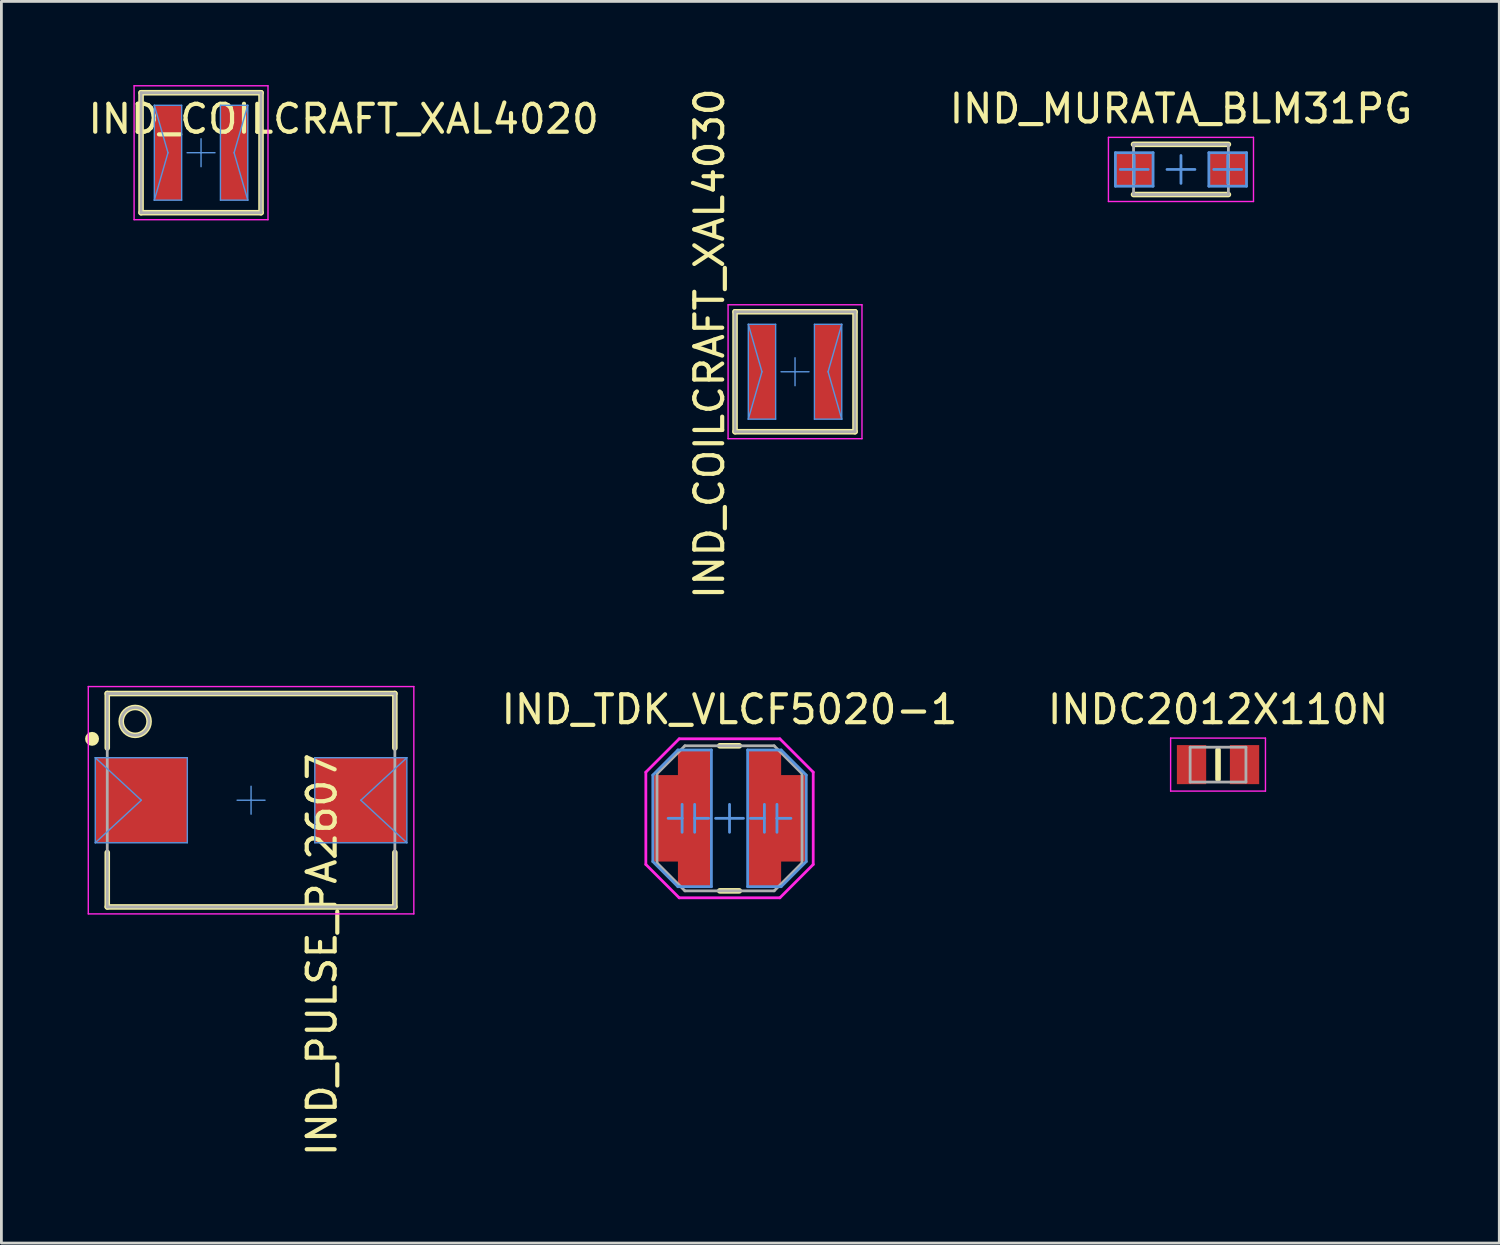
<source format=kicad_pcb>
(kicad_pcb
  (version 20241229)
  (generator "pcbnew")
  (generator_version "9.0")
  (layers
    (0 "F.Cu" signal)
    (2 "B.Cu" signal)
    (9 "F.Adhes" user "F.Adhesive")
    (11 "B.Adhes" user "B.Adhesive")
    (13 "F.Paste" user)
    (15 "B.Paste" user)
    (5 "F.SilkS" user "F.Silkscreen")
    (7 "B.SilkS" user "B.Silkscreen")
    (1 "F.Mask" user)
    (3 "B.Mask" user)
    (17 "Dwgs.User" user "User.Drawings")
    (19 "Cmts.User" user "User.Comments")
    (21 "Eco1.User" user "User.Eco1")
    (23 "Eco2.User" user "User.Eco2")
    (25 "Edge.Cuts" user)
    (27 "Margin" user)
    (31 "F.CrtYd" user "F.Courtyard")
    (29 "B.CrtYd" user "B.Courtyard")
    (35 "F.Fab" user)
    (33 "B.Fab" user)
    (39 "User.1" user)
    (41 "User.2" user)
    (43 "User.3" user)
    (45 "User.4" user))
  (footprint "IND_COILCRAFT_XAL4020"
    (layer "F.Cu")
    (at 4.157 2.425)
    (property "Reference" "IND_COILCRAFT_XAL4020" (at 5.111 -1.209 0) (layer "F.SilkS") (effects (font (size 1 1) (thickness 0.15))))
    (attr smd)
    (fp_line (start -2.15 -2.15) (end 2.15 -2.15) (stroke (width 0.2) (type solid)) (layer "F.SilkS"))
    (fp_line (start -2.15 2.15) (end -2.15 -2.15) (stroke (width 0.2) (type solid)) (layer "F.SilkS"))
    (fp_line (start -2.15 2.15) (end 2.15 2.15) (stroke (width 0.2) (type solid)) (layer "F.SilkS"))
    (fp_line (start 2.15 2.15) (end 2.15 -2.15) (stroke (width 0.2) (type solid)) (layer "F.SilkS"))
    (fp_line (start -1.675 -1.7) (end -1.185 0) (stroke (width 0.05) (type solid)) (layer "Cmts.User"))
    (fp_line (start -1.675 -1.7) (end -0.695 -1.7) (stroke (width 0.05) (type solid)) (layer "Cmts.User"))
    (fp_line (start -1.675 1.7) (end -1.675 -1.7) (stroke (width 0.05) (type solid)) (layer "Cmts.User"))
    (fp_line (start -1.675 1.7) (end -1.185 0) (stroke (width 0.05) (type solid)) (layer "Cmts.User"))
    (fp_line (start -1.675 1.7) (end -0.695 1.7) (stroke (width 0.05) (type solid)) (layer "Cmts.User"))
    (fp_line (start -0.695 1.7) (end -0.695 -1.7) (stroke (width 0.05) (type solid)) (layer "Cmts.User"))
    (fp_line (start -0.5 0) (end 0 0) (stroke (width 0.05) (type solid)) (layer "Cmts.User"))
    (fp_line (start 0 0) (end 0 -0.5) (stroke (width 0.05) (type solid)) (layer "Cmts.User"))
    (fp_line (start 0 0) (end 0.5 0) (stroke (width 0.05) (type solid)) (layer "Cmts.User"))
    (fp_line (start 0 0.5) (end 0 0) (stroke (width 0.05) (type solid)) (layer "Cmts.User"))
    (fp_line (start 0.695 -1.7) (end 1.675 -1.7) (stroke (width 0.05) (type solid)) (layer "Cmts.User"))
    (fp_line (start 0.695 1.7) (end 0.695 -1.7) (stroke (width 0.05) (type solid)) (layer "Cmts.User"))
    (fp_line (start 0.695 1.7) (end 1.675 1.7) (stroke (width 0.05) (type solid)) (layer "Cmts.User"))
    (fp_line (start 1.185 0) (end 1.675 -1.7) (stroke (width 0.05) (type solid)) (layer "Cmts.User"))
    (fp_line (start 1.185 0) (end 1.675 1.7) (stroke (width 0.05) (type solid)) (layer "Cmts.User"))
    (fp_line (start 1.675 1.7) (end 1.675 -1.7) (stroke (width 0.05) (type solid)) (layer "Cmts.User"))
    (fp_line (start -2.4 -2.4) (end 2.4 -2.4) (stroke (width 0.05) (type solid)) (layer "F.CrtYd"))
    (fp_line (start -2.4 2.4) (end -2.4 -2.4) (stroke (width 0.05) (type solid)) (layer "F.CrtYd"))
    (fp_line (start -2.4 2.4) (end 2.4 2.4) (stroke (width 0.05) (type solid)) (layer "F.CrtYd"))
    (fp_line (start 2.4 2.4) (end 2.4 -2.4) (stroke (width 0.05) (type solid)) (layer "F.CrtYd"))
    (fp_line (start -2.15 -2.15) (end 2.15 -2.15) (stroke (width 0.1) (type solid)) (layer "F.Fab"))
    (fp_line (start -2.15 2.15) (end -2.15 -2.15) (stroke (width 0.1) (type solid)) (layer "F.Fab"))
    (fp_line (start -2.15 2.15) (end 2.15 2.15) (stroke (width 0.1) (type solid)) (layer "F.Fab"))
    (fp_line (start 2.15 2.15) (end 2.15 -2.15) (stroke (width 0.1) (type solid)) (layer "F.Fab"))
    (pad "1" smd rect (at -1.185 0) (size 0.98 3.4) (layers "F.Cu" "F.Mask" "F.Paste"))
    (pad "2" smd rect (at 1.185 0) (size 0.98 3.4) (layers "F.Cu" "F.Mask" "F.Paste")))
  (footprint "IND_PULSE_PA2607"
    (layer "F.Cu")
    (at 5.95 25.636)
    (property "Reference" "IND_PULSE_PA2607" (at 2.541 5.536 270) (layer "F.SilkS") (effects (font (size 1 1) (thickness 0.15))))
    (attr smd)
    (fp_line (start -5.155 -3.825) (end 5.155 -3.825) (stroke (width 0.2) (type solid)) (layer "F.SilkS"))
    (fp_line (start -5.155 -1.875) (end -5.155 -3.825) (stroke (width 0.2) (type solid)) (layer "F.SilkS"))
    (fp_line (start -5.155 3.825) (end -5.155 1.875) (stroke (width 0.2) (type solid)) (layer "F.SilkS"))
    (fp_line (start -5.155 3.825) (end 5.155 3.825) (stroke (width 0.2) (type solid)) (layer "F.SilkS"))
    (fp_line (start 5.155 -1.875) (end 5.155 -3.825) (stroke (width 0.2) (type solid)) (layer "F.SilkS"))
    (fp_line (start 5.155 3.825) (end 5.155 1.875) (stroke (width 0.2) (type solid)) (layer "F.SilkS"))
    (fp_circle (center -5.7 -2.2) (end -5.575 -2.2) (stroke (width 0.25) (type solid)) (fill no) (layer "F.SilkS"))
    (fp_circle (center -4.155 -2.825) (end -3.655 -2.825) (stroke (width 0.2) (type solid)) (fill no) (layer "F.SilkS"))
    (fp_line (start -5.585 -1.525) (end -3.935 0) (stroke (width 0.05) (type solid)) (layer "Cmts.User"))
    (fp_line (start -5.585 -1.525) (end -2.285 -1.525) (stroke (width 0.05) (type solid)) (layer "Cmts.User"))
    (fp_line (start -5.585 1.525) (end -5.585 -1.525) (stroke (width 0.05) (type solid)) (layer "Cmts.User"))
    (fp_line (start -5.585 1.525) (end -3.935 0) (stroke (width 0.05) (type solid)) (layer "Cmts.User"))
    (fp_line (start -5.585 1.525) (end -2.285 1.525) (stroke (width 0.05) (type solid)) (layer "Cmts.User"))
    (fp_line (start -2.285 1.525) (end -2.285 -1.525) (stroke (width 0.05) (type solid)) (layer "Cmts.User"))
    (fp_line (start -0.5 0) (end 0 0) (stroke (width 0.05) (type solid)) (layer "Cmts.User"))
    (fp_line (start 0 0) (end 0 -0.5) (stroke (width 0.05) (type solid)) (layer "Cmts.User"))
    (fp_line (start 0 0) (end 0.5 0) (stroke (width 0.05) (type solid)) (layer "Cmts.User"))
    (fp_line (start 0 0.5) (end 0 0) (stroke (width 0.05) (type solid)) (layer "Cmts.User"))
    (fp_line (start 2.285 -1.525) (end 5.585 -1.525) (stroke (width 0.05) (type solid)) (layer "Cmts.User"))
    (fp_line (start 2.285 1.525) (end 2.285 -1.525) (stroke (width 0.05) (type solid)) (layer "Cmts.User"))
    (fp_line (start 2.285 1.525) (end 5.585 1.525) (stroke (width 0.05) (type solid)) (layer "Cmts.User"))
    (fp_line (start 3.935 0) (end 5.585 -1.525) (stroke (width 0.05) (type solid)) (layer "Cmts.User"))
    (fp_line (start 3.935 0) (end 5.585 1.525) (stroke (width 0.05) (type solid)) (layer "Cmts.User"))
    (fp_line (start 5.585 1.525) (end 5.585 -1.525) (stroke (width 0.05) (type solid)) (layer "Cmts.User"))
    (fp_line (start -5.835 -4.075) (end 5.835 -4.075) (stroke (width 0.05) (type solid)) (layer "F.CrtYd"))
    (fp_line (start -5.835 4.075) (end -5.835 -4.075) (stroke (width 0.05) (type solid)) (layer "F.CrtYd"))
    (fp_line (start -5.835 4.075) (end 5.835 4.075) (stroke (width 0.05) (type solid)) (layer "F.CrtYd"))
    (fp_line (start 5.835 4.075) (end 5.835 -4.075) (stroke (width 0.05) (type solid)) (layer "F.CrtYd"))
    (fp_line (start -5.155 -3.825) (end 5.155 -3.825) (stroke (width 0.1) (type solid)) (layer "F.Fab"))
    (fp_line (start -5.155 3.825) (end -5.155 -3.825) (stroke (width 0.1) (type solid)) (layer "F.Fab"))
    (fp_line (start -5.155 3.825) (end 5.155 3.825) (stroke (width 0.1) (type solid)) (layer "F.Fab"))
    (fp_line (start 5.155 3.825) (end 5.155 -3.825) (stroke (width 0.1) (type solid)) (layer "F.Fab"))
    (fp_circle (center -4.155 -2.825) (end -3.655 -2.825) (stroke (width 0.1) (type solid)) (fill no) (layer "F.Fab"))
    (pad "1" smd rect (at -3.935 0) (size 3.3 3.05) (layers "F.Cu" "F.Mask" "F.Paste"))
    (pad "2" smd rect (at 3.935 0) (size 3.3 3.05) (layers "F.Cu" "F.Mask" "F.Paste")))
  (footprint "IND_COILCRAFT_XAL4030"
    (layer "F.Cu")
    (at 25.45 10.276)
    (property "Reference" "IND_COILCRAFT_XAL4030" (at -3.066 -1.008 270) (layer "F.SilkS") (effects (font (size 1 1) (thickness 0.15))))
    (attr smd)
    (fp_line (start -2.15 -2.15) (end 2.15 -2.15) (stroke (width 0.2) (type solid)) (layer "F.SilkS"))
    (fp_line (start -2.15 2.15) (end -2.15 -2.15) (stroke (width 0.2) (type solid)) (layer "F.SilkS"))
    (fp_line (start -2.15 2.15) (end 2.15 2.15) (stroke (width 0.2) (type solid)) (layer "F.SilkS"))
    (fp_line (start 2.15 2.15) (end 2.15 -2.15) (stroke (width 0.2) (type solid)) (layer "F.SilkS"))
    (fp_line (start -1.675 -1.7) (end -1.185 0) (stroke (width 0.05) (type solid)) (layer "Cmts.User"))
    (fp_line (start -1.675 -1.7) (end -0.695 -1.7) (stroke (width 0.05) (type solid)) (layer "Cmts.User"))
    (fp_line (start -1.675 1.7) (end -1.675 -1.7) (stroke (width 0.05) (type solid)) (layer "Cmts.User"))
    (fp_line (start -1.675 1.7) (end -1.185 0) (stroke (width 0.05) (type solid)) (layer "Cmts.User"))
    (fp_line (start -1.675 1.7) (end -0.695 1.7) (stroke (width 0.05) (type solid)) (layer "Cmts.User"))
    (fp_line (start -0.695 1.7) (end -0.695 -1.7) (stroke (width 0.05) (type solid)) (layer "Cmts.User"))
    (fp_line (start -0.5 0) (end 0 0) (stroke (width 0.05) (type solid)) (layer "Cmts.User"))
    (fp_line (start 0 0) (end 0 -0.5) (stroke (width 0.05) (type solid)) (layer "Cmts.User"))
    (fp_line (start 0 0) (end 0.5 0) (stroke (width 0.05) (type solid)) (layer "Cmts.User"))
    (fp_line (start 0 0.5) (end 0 0) (stroke (width 0.05) (type solid)) (layer "Cmts.User"))
    (fp_line (start 0.695 -1.7) (end 1.675 -1.7) (stroke (width 0.05) (type solid)) (layer "Cmts.User"))
    (fp_line (start 0.695 1.7) (end 0.695 -1.7) (stroke (width 0.05) (type solid)) (layer "Cmts.User"))
    (fp_line (start 0.695 1.7) (end 1.675 1.7) (stroke (width 0.05) (type solid)) (layer "Cmts.User"))
    (fp_line (start 1.185 0) (end 1.675 -1.7) (stroke (width 0.05) (type solid)) (layer "Cmts.User"))
    (fp_line (start 1.185 0) (end 1.675 1.7) (stroke (width 0.05) (type solid)) (layer "Cmts.User"))
    (fp_line (start 1.675 1.7) (end 1.675 -1.7) (stroke (width 0.05) (type solid)) (layer "Cmts.User"))
    (fp_line (start -2.4 -2.4) (end 2.4 -2.4) (stroke (width 0.05) (type solid)) (layer "F.CrtYd"))
    (fp_line (start -2.4 2.4) (end -2.4 -2.4) (stroke (width 0.05) (type solid)) (layer "F.CrtYd"))
    (fp_line (start -2.4 2.4) (end 2.4 2.4) (stroke (width 0.05) (type solid)) (layer "F.CrtYd"))
    (fp_line (start 2.4 2.4) (end 2.4 -2.4) (stroke (width 0.05) (type solid)) (layer "F.CrtYd"))
    (fp_line (start -2.15 -2.15) (end 2.15 -2.15) (stroke (width 0.1) (type solid)) (layer "F.Fab"))
    (fp_line (start -2.15 2.15) (end -2.15 -2.15) (stroke (width 0.1) (type solid)) (layer "F.Fab"))
    (fp_line (start -2.15 2.15) (end 2.15 2.15) (stroke (width 0.1) (type solid)) (layer "F.Fab"))
    (fp_line (start 2.15 2.15) (end 2.15 -2.15) (stroke (width 0.1) (type solid)) (layer "F.Fab"))
    (pad "1" smd rect (at -1.185 0) (size 0.98 3.4) (layers "F.Cu" "F.Mask" "F.Paste"))
    (pad "2" smd rect (at 1.185 0) (size 0.98 3.4) (layers "F.Cu" "F.Mask" "F.Paste")))
  (footprint "IND_TDK_VLCF5020-1"
    (layer "F.Cu")
    (at 23.102 26.285)
    (property "Reference" "IND_TDK_VLCF5020-1" (at 0 -3.901 0) (layer "F.SilkS") (effects (font (size 1 1) (thickness 0.15))))
    (attr smd)
    (fp_line (start -0.35 -2.6) (end 0.35 -2.6) (stroke (width 0.2) (type solid)) (layer "F.SilkS"))
    (fp_line (start -0.35 2.6) (end 0.35 2.6) (stroke (width 0.2) (type solid)) (layer "F.SilkS"))
    (fp_line (start -2.75 -1.55) (end -1.85 -2.45) (stroke (width 0.1) (type solid)) (layer "Cmts.User"))
    (fp_line (start -2.75 1.55) (end -2.75 -1.55) (stroke (width 0.1) (type solid)) (layer "Cmts.User"))
    (fp_line (start -2.75 1.55) (end -1.85 2.45) (stroke (width 0.1) (type solid)) (layer "Cmts.User"))
    (fp_line (start -2.2 0) (end -1.7 0) (stroke (width 0.1) (type solid)) (layer "Cmts.User"))
    (fp_line (start -1.85 -2.45) (end -0.65 -2.45) (stroke (width 0.1) (type solid)) (layer "Cmts.User"))
    (fp_line (start -1.85 2.45) (end -0.65 2.45) (stroke (width 0.1) (type solid)) (layer "Cmts.User"))
    (fp_line (start -1.7 0) (end -1.7 -0.5) (stroke (width 0.1) (type solid)) (layer "Cmts.User"))
    (fp_line (start -1.7 0.5) (end -1.7 0) (stroke (width 0.1) (type solid)) (layer "Cmts.User"))
    (fp_line (start -1.25 0) (end -1.25 -0.5) (stroke (width 0.1) (type solid)) (layer "Cmts.User"))
    (fp_line (start -1.25 0) (end -0.75 0) (stroke (width 0.1) (type solid)) (layer "Cmts.User"))
    (fp_line (start -1.25 0.5) (end -1.25 0) (stroke (width 0.1) (type solid)) (layer "Cmts.User"))
    (fp_line (start -0.65 2.45) (end -0.65 -2.45) (stroke (width 0.1) (type solid)) (layer "Cmts.User"))
    (fp_line (start -0.5 0) (end 0 0) (stroke (width 0.1) (type solid)) (layer "Cmts.User"))
    (fp_line (start 0 0) (end 0 -0.5) (stroke (width 0.1) (type solid)) (layer "Cmts.User"))
    (fp_line (start 0 0) (end 0.5 0) (stroke (width 0.1) (type solid)) (layer "Cmts.User"))
    (fp_line (start 0 0.5) (end 0 0) (stroke (width 0.1) (type solid)) (layer "Cmts.User"))
    (fp_line (start 0.65 -2.45) (end 1.85 -2.45) (stroke (width 0.1) (type solid)) (layer "Cmts.User"))
    (fp_line (start 0.65 2.45) (end 0.65 -2.45) (stroke (width 0.1) (type solid)) (layer "Cmts.User"))
    (fp_line (start 0.65 2.45) (end 1.85 2.45) (stroke (width 0.1) (type solid)) (layer "Cmts.User"))
    (fp_line (start 0.75 0) (end 1.25 0) (stroke (width 0.1) (type solid)) (layer "Cmts.User"))
    (fp_line (start 1.25 0) (end 1.25 -0.5) (stroke (width 0.1) (type solid)) (layer "Cmts.User"))
    (fp_line (start 1.25 0.5) (end 1.25 0) (stroke (width 0.1) (type solid)) (layer "Cmts.User"))
    (fp_line (start 1.7 0) (end 1.7 -0.5) (stroke (width 0.1) (type solid)) (layer "Cmts.User"))
    (fp_line (start 1.7 0) (end 2.2 0) (stroke (width 0.1) (type solid)) (layer "Cmts.User"))
    (fp_line (start 1.7 0.5) (end 1.7 0) (stroke (width 0.1) (type solid)) (layer "Cmts.User"))
    (fp_line (start 1.85 -2.45) (end 2.75 -1.55) (stroke (width 0.1) (type solid)) (layer "Cmts.User"))
    (fp_line (start 1.85 2.45) (end 2.75 1.55) (stroke (width 0.1) (type solid)) (layer "Cmts.User"))
    (fp_line (start 2.75 1.55) (end 2.75 -1.55) (stroke (width 0.1) (type solid)) (layer "Cmts.User"))
    (fp_line (start -3 -1.654) (end -1.804 -2.85) (stroke (width 0.1) (type solid)) (layer "F.CrtYd"))
    (fp_line (start -3 1.654) (end -3 -1.654) (stroke (width 0.1) (type solid)) (layer "F.CrtYd"))
    (fp_line (start -3 1.654) (end -1.804 2.85) (stroke (width 0.1) (type solid)) (layer "F.CrtYd"))
    (fp_line (start -1.804 -2.85) (end 1.804 -2.85) (stroke (width 0.1) (type solid)) (layer "F.CrtYd"))
    (fp_line (start -1.804 2.85) (end 1.804 2.85) (stroke (width 0.1) (type solid)) (layer "F.CrtYd"))
    (fp_line (start 1.804 -2.85) (end 3 -1.654) (stroke (width 0.1) (type solid)) (layer "F.CrtYd"))
    (fp_line (start 1.804 2.85) (end 3 1.654) (stroke (width 0.1) (type solid)) (layer "F.CrtYd"))
    (fp_line (start 3 1.654) (end 3 -1.654) (stroke (width 0.1) (type solid)) (layer "F.CrtYd"))
    (fp_line (start -2.6 -1.6) (end -1.6 -2.6) (stroke (width 0.1) (type solid)) (layer "F.Fab"))
    (fp_line (start -2.6 1.6) (end -2.6 -1.6) (stroke (width 0.1) (type solid)) (layer "F.Fab"))
    (fp_line (start -2.6 1.6) (end -1.6 2.6) (stroke (width 0.1) (type solid)) (layer "F.Fab"))
    (fp_line (start -1.6 -2.6) (end 1.6 -2.6) (stroke (width 0.1) (type solid)) (layer "F.Fab"))
    (fp_line (start -1.6 2.6) (end 1.6 2.6) (stroke (width 0.1) (type solid)) (layer "F.Fab"))
    (fp_line (start 1.6 -2.6) (end 2.6 -1.6) (stroke (width 0.1) (type solid)) (layer "F.Fab"))
    (fp_line (start 1.6 2.6) (end 2.6 1.6) (stroke (width 0.1) (type solid)) (layer "F.Fab"))
    (fp_line (start 2.6 1.6) (end 2.6 -1.6) (stroke (width 0.1) (type solid)) (layer "F.Fab"))
    (pad "1" smd custom (at -1.25 0) (size 1.2 4.9) (layers "F.Cu" "F.Mask" "F.Paste") (options (anchor rect)) (primitives (gr_poly (pts (xy -0.6 -0.91) (xy 0 -0.91) (xy 0.02 -0.908) (xy 0.056 -0.893) (xy 0.083 -0.866) (xy 0.098 -0.83) (xy 0.1 -0.81) (xy 0.1 0) (xy 0.098 0.02) (xy 0.083 0.056) (xy 0.056 0.083) (xy 0.02 0.098) (xy 0 0.1) (xy -0.6 0.1) (xy -0.6 1.55) (xy -1.5 1.55) (xy -1.5 -1.55) (xy -0.6 -1.55)) (width 0) (fill yes))))
    (pad "2" smd custom (at 1.25 0) (size 1.2 4.9) (layers "F.Cu" "F.Mask" "F.Paste") (options (anchor rect)) (primitives (gr_rect (start 0.04 -0.69) (end 1.01 0.23) (width 0.2) (fill no)) (gr_poly (pts (xy 1.5 1.55) (xy 0.6 1.55) (xy 0.6 -1.55) (xy 1.5 -1.55)) (width 0) (fill yes)))))
  (footprint "IND_MURATA_BLM31PG"
    (layer "F.Cu")
    (at 39.285 3.024)
    (property "Reference" "IND_MURATA_BLM31PG" (at 0 -2.176 180) (layer "F.SilkS") (effects (font (size 1 1) (thickness 0.15))))
    (attr smd)
    (fp_line (start -1.7 -0.9) (end 1.7 -0.9) (stroke (width 0.2) (type solid)) (layer "F.SilkS"))
    (fp_line (start -1.7 0.9) (end 1.7 0.9) (stroke (width 0.2) (type solid)) (layer "F.SilkS"))
    (fp_line (start -2.35 -0.6) (end -1 -0.6) (stroke (width 0.1) (type solid)) (layer "Cmts.User"))
    (fp_line (start -2.35 0.6) (end -2.35 -0.6) (stroke (width 0.1) (type solid)) (layer "Cmts.User"))
    (fp_line (start -2.35 0.6) (end -1 0.6) (stroke (width 0.1) (type solid)) (layer "Cmts.User"))
    (fp_line (start -2.175 0) (end -1.675 0) (stroke (width 0.1) (type solid)) (layer "Cmts.User"))
    (fp_line (start -1.675 0) (end -1.675 -0.5) (stroke (width 0.1) (type solid)) (layer "Cmts.User"))
    (fp_line (start -1.675 0) (end -1.175 0) (stroke (width 0.1) (type solid)) (layer "Cmts.User"))
    (fp_line (start -1.675 0.5) (end -1.675 0) (stroke (width 0.1) (type solid)) (layer "Cmts.User"))
    (fp_line (start -1 0.6) (end -1 -0.6) (stroke (width 0.1) (type solid)) (layer "Cmts.User"))
    (fp_line (start -0.5 0) (end 0 0) (stroke (width 0.1) (type solid)) (layer "Cmts.User"))
    (fp_line (start 0 0) (end 0 -0.5) (stroke (width 0.1) (type solid)) (layer "Cmts.User"))
    (fp_line (start 0 0) (end 0.5 0) (stroke (width 0.1) (type solid)) (layer "Cmts.User"))
    (fp_line (start 0 0.5) (end 0 0) (stroke (width 0.1) (type solid)) (layer "Cmts.User"))
    (fp_line (start 1 -0.6) (end 2.35 -0.6) (stroke (width 0.1) (type solid)) (layer "Cmts.User"))
    (fp_line (start 1 0.6) (end 1 -0.6) (stroke (width 0.1) (type solid)) (layer "Cmts.User"))
    (fp_line (start 1 0.6) (end 2.35 0.6) (stroke (width 0.1) (type solid)) (layer "Cmts.User"))
    (fp_line (start 1.175 0) (end 1.675 0) (stroke (width 0.1) (type solid)) (layer "Cmts.User"))
    (fp_line (start 1.675 0) (end 1.675 -0.5) (stroke (width 0.1) (type solid)) (layer "Cmts.User"))
    (fp_line (start 1.675 0) (end 2.175 0) (stroke (width 0.1) (type solid)) (layer "Cmts.User"))
    (fp_line (start 1.675 0.5) (end 1.675 0) (stroke (width 0.1) (type solid)) (layer "Cmts.User"))
    (fp_line (start 2.35 0.6) (end 2.35 -0.6) (stroke (width 0.1) (type solid)) (layer "Cmts.User"))
    (fp_line (start -2.6 -1.15) (end 2.6 -1.15) (stroke (width 0.05) (type solid)) (layer "F.CrtYd"))
    (fp_line (start -2.6 1.15) (end -2.6 -1.15) (stroke (width 0.05) (type solid)) (layer "F.CrtYd"))
    (fp_line (start -2.6 1.15) (end 2.6 1.15) (stroke (width 0.05) (type solid)) (layer "F.CrtYd"))
    (fp_line (start 2.6 1.15) (end 2.6 -1.15) (stroke (width 0.05) (type solid)) (layer "F.CrtYd"))
    (fp_line (start -1.7 -0.9) (end 1.7 -0.9) (stroke (width 0.1) (type solid)) (layer "F.Fab"))
    (fp_line (start -1.7 0.9) (end -1.7 -0.9) (stroke (width 0.1) (type solid)) (layer "F.Fab"))
    (fp_line (start -1.7 0.9) (end 1.7 0.9) (stroke (width 0.1) (type solid)) (layer "F.Fab"))
    (fp_line (start 1.7 0.9) (end 1.7 -0.9) (stroke (width 0.1) (type solid)) (layer "F.Fab"))
    (pad "1" smd rect (at -1.675 0) (size 1.35 1.2) (layers "F.Cu" "F.Mask" "F.Paste"))
    (pad "2" smd rect (at 1.675 0) (size 1.35 1.2) (layers "F.Cu" "F.Mask" "F.Paste")))
  (footprint "INDC2012X110N"
    (layer "F.Cu")
    (at 40.614 24.36)
    (property "Reference" "INDC2012X110N" (at 0 -1.976 0) (layer "F.SilkS") (effects (font (size 1 1) (thickness 0.15))))
    (attr smd)
    (fp_line (start 0 0.525) (end 0 -0.525) (stroke (width 0.2) (type solid)) (layer "F.SilkS"))
    (fp_line (start -1.7 -0.95) (end 1.7 -0.95) (stroke (width 0.05) (type solid)) (layer "F.CrtYd"))
    (fp_line (start -1.7 0.95) (end -1.7 -0.95) (stroke (width 0.05) (type solid)) (layer "F.CrtYd"))
    (fp_line (start -1.7 0.95) (end 1.7 0.95) (stroke (width 0.05) (type solid)) (layer "F.CrtYd"))
    (fp_line (start 1.7 0.95) (end 1.7 -0.95) (stroke (width 0.05) (type solid)) (layer "F.CrtYd"))
    (fp_line (start -1 -0.625) (end 1 -0.625) (stroke (width 0.1) (type solid)) (layer "F.Fab"))
    (fp_line (start -1 0.625) (end -1 -0.625) (stroke (width 0.1) (type solid)) (layer "F.Fab"))
    (fp_line (start -1 0.625) (end 1 0.625) (stroke (width 0.1) (type solid)) (layer "F.Fab"))
    (fp_line (start 1 0.625) (end 1 -0.625) (stroke (width 0.1) (type solid)) (layer "F.Fab"))
    (pad "1" smd rect (at -0.95 0 90) (size 1.4 1.05) (layers "F.Cu" "F.Mask" "F.Paste"))
    (pad "2" smd rect (at 0.95 0 90) (size 1.4 1.05) (layers "F.Cu" "F.Mask" "F.Paste")))
  (gr_rect
    (start -3 -3)
    (end 50.696 41.511)
    (stroke (width 0.1) (type default))
    (fill no)
    (layer "Edge.Cuts")))
</source>
